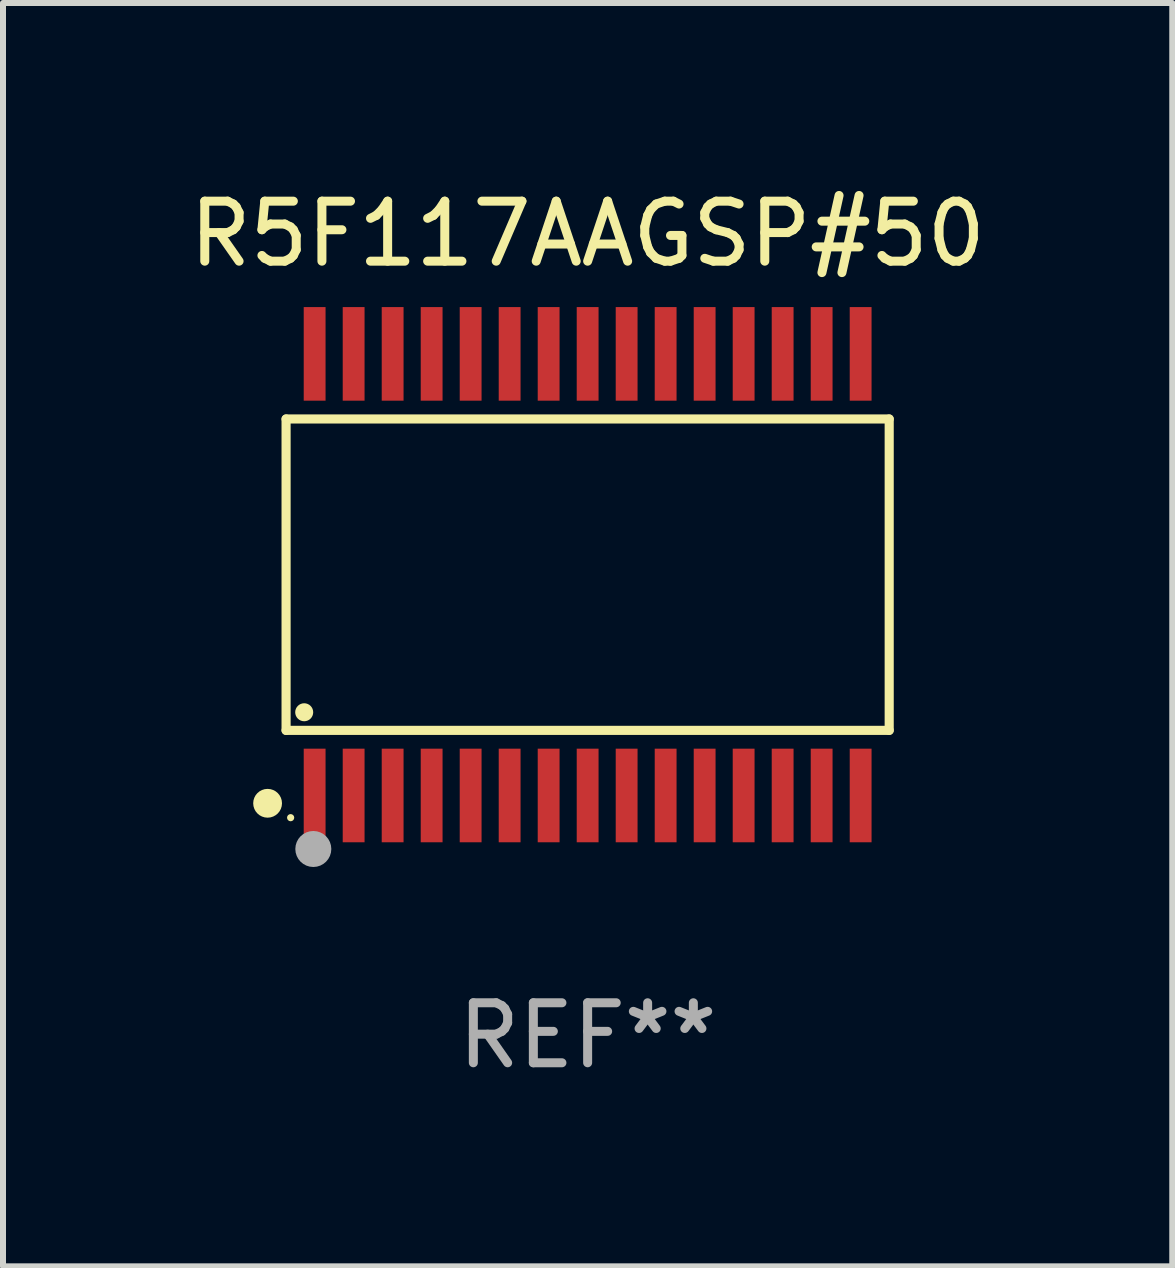
<source format=kicad_pcb>
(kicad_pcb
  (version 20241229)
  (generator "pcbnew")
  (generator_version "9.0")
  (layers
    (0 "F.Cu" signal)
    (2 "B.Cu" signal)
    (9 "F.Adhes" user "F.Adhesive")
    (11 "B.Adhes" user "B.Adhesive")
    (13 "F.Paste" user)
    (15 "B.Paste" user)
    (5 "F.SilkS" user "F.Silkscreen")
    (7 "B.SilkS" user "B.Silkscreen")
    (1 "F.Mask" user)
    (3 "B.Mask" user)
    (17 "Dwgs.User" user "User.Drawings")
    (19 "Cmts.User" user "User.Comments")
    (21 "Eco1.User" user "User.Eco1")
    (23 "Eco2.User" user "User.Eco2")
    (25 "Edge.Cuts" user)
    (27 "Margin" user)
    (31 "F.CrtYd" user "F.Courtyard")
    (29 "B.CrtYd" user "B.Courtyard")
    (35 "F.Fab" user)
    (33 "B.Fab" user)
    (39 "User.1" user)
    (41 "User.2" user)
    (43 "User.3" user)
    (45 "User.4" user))
  (footprint "R5F117AAGSP#50"
    (layer "F.Cu")
    (at 6.744 6.528)
    (property "Reference" "R5F117AAGSP#50" (at 0 -5.68 0) (layer "F.SilkS") (effects (font (size 1 1) (thickness 0.15))))
    (attr through_hole)
    (fp_line (start -5.026 -2.595) (end 5.026 -2.595) (stroke (width 0.152) (type solid)) (layer "F.SilkS"))
    (fp_line (start -5.026 2.595) (end -5.026 -2.595) (stroke (width 0.152) (type solid)) (layer "F.SilkS"))
    (fp_line (start 5.026 -2.595) (end 5.026 2.595) (stroke (width 0.152) (type solid)) (layer "F.SilkS"))
    (fp_line (start 5.026 2.595) (end -5.026 2.595) (stroke (width 0.152) (type solid)) (layer "F.SilkS"))
    (fp_circle (center -5.334 3.81) (end -5.214 3.81) (stroke (width 0.24) (type solid)) (fill no) (layer "F.SilkS"))
    (fp_circle (center -4.95 4.05) (end -4.92 4.05) (stroke (width 0.06) (type solid)) (fill no) (layer "F.SilkS"))
    (fp_circle (center -4.724 2.293) (end -4.649 2.293) (stroke (width 0.15) (type solid)) (fill no) (layer "F.SilkS"))
    (fp_circle (center -4.572 4.572) (end -4.422 4.572) (stroke (width 0.3) (type solid)) (fill no) (layer "F.Fab"))
    (fp_text user "REF**" (at 0 7.68 0) (layer "F.Fab") (effects (font (size 1 1) (thickness 0.15))))
    (pad "1" smd rect (at -4.55 3.68) (size 0.364 1.56) (layers "F.Cu" "F.Mask" "F.Paste"))
    (pad "2" smd rect (at -3.9 3.68) (size 0.364 1.56) (layers "F.Cu" "F.Mask" "F.Paste"))
    (pad "3" smd rect (at -3.25 3.68) (size 0.364 1.56) (layers "F.Cu" "F.Mask" "F.Paste"))
    (pad "4" smd rect (at -2.6 3.68) (size 0.364 1.56) (layers "F.Cu" "F.Mask" "F.Paste"))
    (pad "5" smd rect (at -1.95 3.68) (size 0.364 1.56) (layers "F.Cu" "F.Mask" "F.Paste"))
    (pad "6" smd rect (at -1.3 3.68) (size 0.364 1.56) (layers "F.Cu" "F.Mask" "F.Paste"))
    (pad "7" smd rect (at -0.65 3.68) (size 0.364 1.56) (layers "F.Cu" "F.Mask" "F.Paste"))
    (pad "8" smd rect (at -0.000013 3.68) (size 0.364 1.56) (layers "F.Cu" "F.Mask" "F.Paste"))
    (pad "9" smd rect (at 0.65 3.68) (size 0.364 1.56) (layers "F.Cu" "F.Mask" "F.Paste"))
    (pad "10" smd rect (at 1.3 3.68) (size 0.364 1.56) (layers "F.Cu" "F.Mask" "F.Paste"))
    (pad "11" smd rect (at 1.95 3.68) (size 0.364 1.56) (layers "F.Cu" "F.Mask" "F.Paste"))
    (pad "12" smd rect (at 2.6 3.68) (size 0.364 1.56) (layers "F.Cu" "F.Mask" "F.Paste"))
    (pad "13" smd rect (at 3.25 3.68) (size 0.364 1.56) (layers "F.Cu" "F.Mask" "F.Paste"))
    (pad "14" smd rect (at 3.9 3.68) (size 0.364 1.56) (layers "F.Cu" "F.Mask" "F.Paste"))
    (pad "15" smd rect (at 4.55 3.68) (size 0.364 1.56) (layers "F.Cu" "F.Mask" "F.Paste"))
    (pad "16" smd rect (at 4.55 -3.68) (size 0.364 1.56) (layers "F.Cu" "F.Mask" "F.Paste"))
    (pad "17" smd rect (at 3.9 -3.68) (size 0.364 1.56) (layers "F.Cu" "F.Mask" "F.Paste"))
    (pad "18" smd rect (at 3.25 -3.68) (size 0.364 1.56) (layers "F.Cu" "F.Mask" "F.Paste"))
    (pad "19" smd rect (at 2.6 -3.68) (size 0.364 1.56) (layers "F.Cu" "F.Mask" "F.Paste"))
    (pad "20" smd rect (at 1.95 -3.68) (size 0.364 1.56) (layers "F.Cu" "F.Mask" "F.Paste"))
    (pad "21" smd rect (at 1.3 -3.68) (size 0.364 1.56) (layers "F.Cu" "F.Mask" "F.Paste"))
    (pad "22" smd rect (at 0.65 -3.68) (size 0.364 1.56) (layers "F.Cu" "F.Mask" "F.Paste"))
    (pad "23" smd rect (at -0.000013 -3.68) (size 0.364 1.56) (layers "F.Cu" "F.Mask" "F.Paste"))
    (pad "24" smd rect (at -0.65 -3.68) (size 0.364 1.56) (layers "F.Cu" "F.Mask" "F.Paste"))
    (pad "25" smd rect (at -1.3 -3.68) (size 0.364 1.56) (layers "F.Cu" "F.Mask" "F.Paste"))
    (pad "26" smd rect (at -1.95 -3.68) (size 0.364 1.56) (layers "F.Cu" "F.Mask" "F.Paste"))
    (pad "27" smd rect (at -2.6 -3.68) (size 0.364 1.56) (layers "F.Cu" "F.Mask" "F.Paste"))
    (pad "28" smd rect (at -3.25 -3.68) (size 0.364 1.56) (layers "F.Cu" "F.Mask" "F.Paste"))
    (pad "29" smd rect (at -3.9 -3.68) (size 0.364 1.56) (layers "F.Cu" "F.Mask" "F.Paste"))
    (pad "30" smd rect (at -4.55 -3.68) (size 0.364 1.56) (layers "F.Cu" "F.Mask" "F.Paste")))
  (gr_rect
    (start -3 -3)
    (end 16.488 18.056)
    (stroke (width 0.1) (type default))
    (fill no)
    (layer "Edge.Cuts")))
</source>
